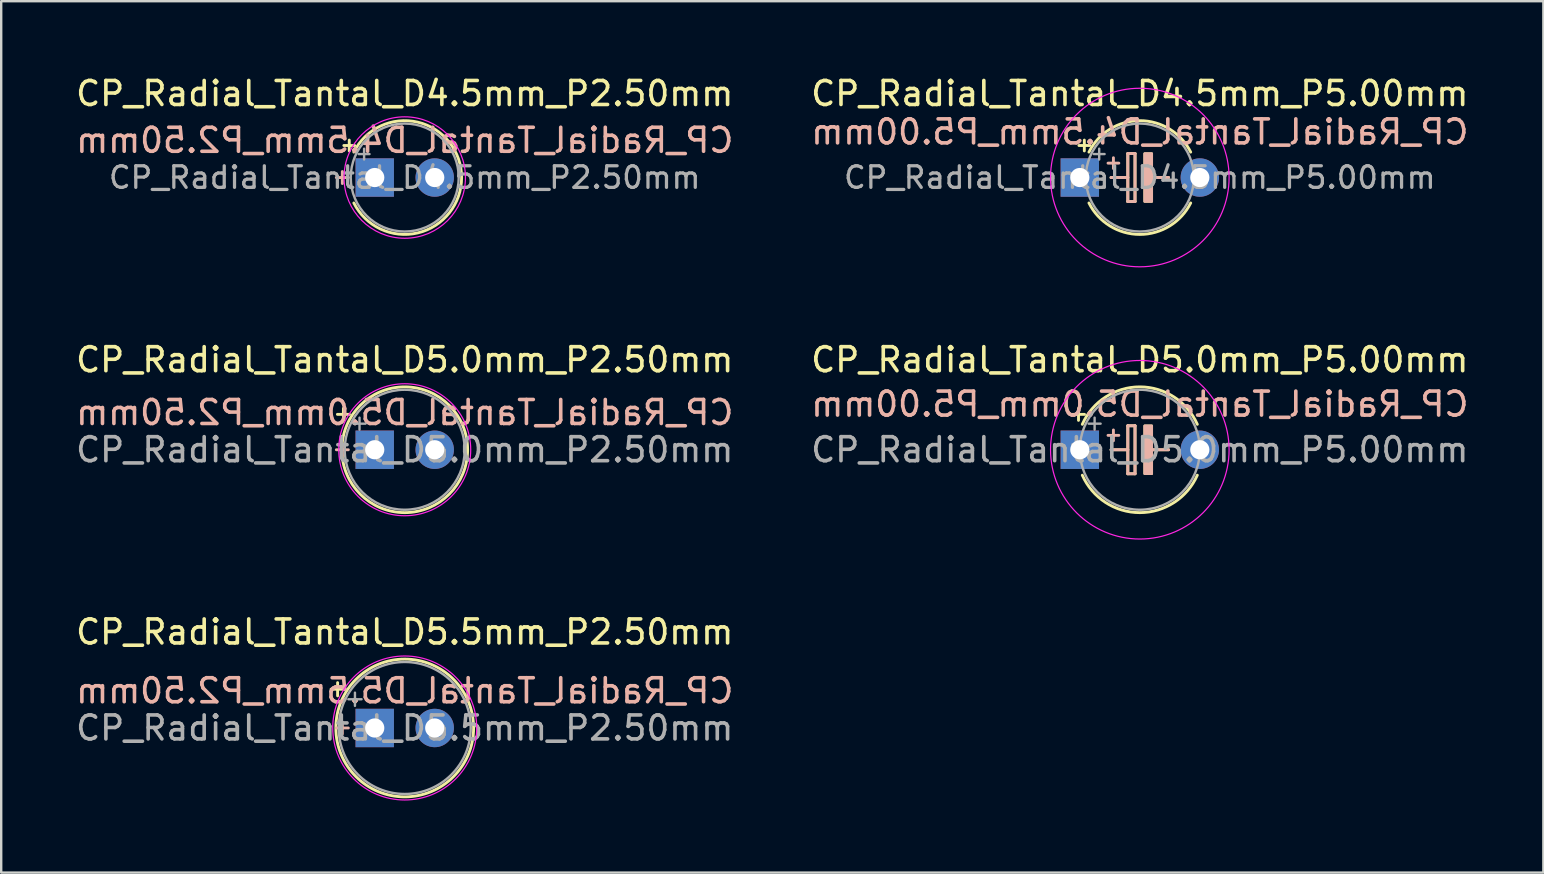
<source format=kicad_pcb>
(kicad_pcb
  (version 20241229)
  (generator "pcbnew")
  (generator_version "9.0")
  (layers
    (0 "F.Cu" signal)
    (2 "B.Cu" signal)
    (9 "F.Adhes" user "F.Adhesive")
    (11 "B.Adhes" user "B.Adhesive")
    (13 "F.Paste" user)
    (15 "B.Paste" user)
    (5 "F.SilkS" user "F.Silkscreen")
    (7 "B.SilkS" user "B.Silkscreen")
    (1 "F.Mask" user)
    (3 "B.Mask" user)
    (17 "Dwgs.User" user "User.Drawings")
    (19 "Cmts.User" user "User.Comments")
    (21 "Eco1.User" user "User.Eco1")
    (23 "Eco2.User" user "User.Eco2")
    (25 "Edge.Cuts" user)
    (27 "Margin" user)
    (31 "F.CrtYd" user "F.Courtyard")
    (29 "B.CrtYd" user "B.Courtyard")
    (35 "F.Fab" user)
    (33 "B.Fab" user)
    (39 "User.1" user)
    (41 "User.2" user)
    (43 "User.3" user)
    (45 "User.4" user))
  (footprint "CP_Radial_Tantal_D5.5mm_P2.50mm"
    (layer "F.Cu")
    (at 12.565 27.285)
    (property "Reference" "CP_Radial_Tantal_D5.5mm_P2.50mm" (at 1.25 -4 0) (layer "F.SilkS") (effects (font (size 1 1) (thickness 0.15))))
    (fp_line (start -1.822 -1.615) (end -1.272 -1.615) (stroke (width 0.12) (type solid)) (layer "F.SilkS"))
    (fp_line (start -1.547 -1.89) (end -1.547 -1.34) (stroke (width 0.12) (type solid)) (layer "F.SilkS"))
    (fp_circle (center 1.25 0) (end 4.12 0) (stroke (width 0.12) (type solid)) (fill no) (layer "F.SilkS"))
    (fp_line (start -1.35 -0.25) (end -1.35 0.25) (stroke (width 0.12) (type solid)) (layer "B.SilkS"))
    (fp_line (start -1.1 0) (end -1.6 0) (stroke (width 0.12) (type solid)) (layer "B.SilkS"))
    (fp_circle (center 1.25 0) (end 4.25 0) (stroke (width 0.05) (type solid)) (fill no) (layer "F.CrtYd"))
    (fp_line (start -1.099 -1.198) (end -0.549 -1.198) (stroke (width 0.1) (type solid)) (layer "F.Fab"))
    (fp_line (start -0.824 -1.472) (end -0.824 -0.922) (stroke (width 0.1) (type solid)) (layer "F.Fab"))
    (fp_circle (center 1.25 0) (end 4 0) (stroke (width 0.1) (type solid)) (fill no) (layer "F.Fab"))
    (fp_text user "${REFERENCE}" (at 1.25 -1.55 0) (layer "B.SilkS") (effects (font (size 1 1) (thickness 0.15)) (justify mirror)))
    (fp_text user "${REFERENCE}" (at 1.25 0 0) (layer "F.Fab") (effects (font (size 1 1) (thickness 0.15))))
    (pad "1" thru_hole rect (at 0 0) (size 1.6 1.6) (drill 0.8) (layers "*.Cu" "*.Mask"))
    (pad "2" thru_hole circle (at 2.5 0) (size 1.6 1.6) (drill 0.8) (layers "*.Cu" "*.Mask")))
  (footprint "CP_Radial_Tantal_D5.0mm_P5.00mm"
    (layer "F.Cu")
    (at 41.946 15.691)
    (property "Reference" "CP_Radial_Tantal_D5.0mm_P5.00mm" (at 2.5 -3.75 0) (layer "F.SilkS") (effects (font (size 1 1) (thickness 0.15))))
    (fp_line (start -0.305 -1.475) (end 0.195 -1.475) (stroke (width 0.12) (type solid)) (layer "F.SilkS"))
    (fp_line (start -0.055 -1.725) (end -0.055 -1.225) (stroke (width 0.12) (type solid)) (layer "F.SilkS"))
    (fp_line (start 1.3 0) (end 2 0) (stroke (width 0.12) (type solid)) (layer "F.SilkS"))
    (fp_line (start 2 -1) (end 2.3 -1) (stroke (width 0.12) (type solid)) (layer "F.SilkS"))
    (fp_line (start 2 1) (end 2 -1) (stroke (width 0.12) (type solid)) (layer "F.SilkS"))
    (fp_line (start 2.3 -1) (end 2.3 1) (stroke (width 0.12) (type solid)) (layer "F.SilkS"))
    (fp_line (start 2.3 1) (end 2 1) (stroke (width 0.12) (type solid)) (layer "F.SilkS"))
    (fp_line (start 3.7 0) (end 3 0) (stroke (width 0.12) (type solid)) (layer "F.SilkS"))
    (fp_arc (start 0.104003 -1.06) (mid 2.5 -2.62) (end 4.895997 -1.06) (stroke (width 0.12) (type solid)) (layer "F.SilkS"))
    (fp_arc (start 4.895997 1.06) (mid 2.5 2.62) (end 0.104003 1.06) (stroke (width 0.12) (type solid)) (layer "F.SilkS"))
    (fp_poly (pts (xy 3 1) (xy 2.7 1) (xy 2.7 -1) (xy 3 -1)) (stroke (width 0.1) (type solid)) (fill yes) (layer "F.SilkS"))
    (fp_line (start 1.3 0) (end 2 0) (stroke (width 0.12) (type solid)) (layer "B.SilkS"))
    (fp_line (start 1.4 -0.825) (end 1.4 -0.375) (stroke (width 0.12) (type solid)) (layer "B.SilkS"))
    (fp_line (start 1.625 -0.6) (end 1.175 -0.6) (stroke (width 0.12) (type solid)) (layer "B.SilkS"))
    (fp_line (start 2 -1) (end 2.3 -1) (stroke (width 0.12) (type solid)) (layer "B.SilkS"))
    (fp_line (start 2 1) (end 2 -1) (stroke (width 0.12) (type solid)) (layer "B.SilkS"))
    (fp_line (start 2.3 -1) (end 2.3 1) (stroke (width 0.12) (type solid)) (layer "B.SilkS"))
    (fp_line (start 2.3 1) (end 2 1) (stroke (width 0.12) (type solid)) (layer "B.SilkS"))
    (fp_line (start 3.7 0) (end 3 0) (stroke (width 0.12) (type solid)) (layer "B.SilkS"))
    (fp_poly (pts (xy 3 1) (xy 2.7 1) (xy 2.7 -1) (xy 3 -1)) (stroke (width 0.1) (type solid)) (fill yes) (layer "B.SilkS"))
    (fp_circle (center 2.5 0) (end 6.22 0) (stroke (width 0.05) (type solid)) (fill no) (layer "F.CrtYd"))
    (fp_line (start 0.366 -1.087) (end 0.866 -1.087) (stroke (width 0.1) (type solid)) (layer "F.Fab"))
    (fp_line (start 0.616 -1.337) (end 0.616 -0.838) (stroke (width 0.1) (type solid)) (layer "F.Fab"))
    (fp_circle (center 2.5 0) (end 5 0) (stroke (width 0.1) (type solid)) (fill no) (layer "F.Fab"))
    (fp_text user "${REFERENCE}" (at 2.5 -1.9 0) (layer "B.SilkS") (effects (font (size 1 1) (thickness 0.15)) (justify mirror)))
    (fp_text user "${REFERENCE}" (at 2.5 0 0) (layer "F.Fab") (effects (font (size 1 1) (thickness 0.15))))
    (pad "1" thru_hole rect (at 0 0) (size 1.6 1.6) (drill 0.8) (layers "*.Cu" "*.Mask"))
    (pad "2" thru_hole circle (at 5 0) (size 1.6 1.6) (drill 0.8) (layers "*.Cu" "*.Mask")))
  (footprint "CP_Radial_Tantal_D4.5mm_P5.00mm"
    (layer "F.Cu")
    (at 41.946 4.348)
    (property "Reference" "CP_Radial_Tantal_D4.5mm_P5.00mm" (at 2.5 -3.5 0) (layer "F.SilkS") (effects (font (size 1 1) (thickness 0.15))))
    (fp_line (start -0.037 -1.335) (end 0.413 -1.335) (stroke (width 0.12) (type solid)) (layer "F.SilkS"))
    (fp_line (start 0.188 -1.56) (end 0.188 -1.11) (stroke (width 0.12) (type solid)) (layer "F.SilkS"))
    (fp_line (start 1.3 0) (end 2 0) (stroke (width 0.12) (type solid)) (layer "F.SilkS"))
    (fp_line (start 2 -1) (end 2.3 -1) (stroke (width 0.12) (type solid)) (layer "F.SilkS"))
    (fp_line (start 2 1) (end 2 -1) (stroke (width 0.12) (type solid)) (layer "F.SilkS"))
    (fp_line (start 2.3 -1) (end 2.3 1) (stroke (width 0.12) (type solid)) (layer "F.SilkS"))
    (fp_line (start 2.3 1) (end 2 1) (stroke (width 0.12) (type solid)) (layer "F.SilkS"))
    (fp_line (start 3.7 0) (end 3 0) (stroke (width 0.12) (type solid)) (layer "F.SilkS"))
    (fp_arc (start 0.380259 -1.06) (mid 2.5 -2.37) (end 4.619741 -1.06) (stroke (width 0.12) (type solid)) (layer "F.SilkS"))
    (fp_arc (start 4.619741 1.06) (mid 2.5 2.37) (end 0.380259 1.06) (stroke (width 0.12) (type solid)) (layer "F.SilkS"))
    (fp_poly (pts (xy 3 1) (xy 2.7 1) (xy 2.7 -1) (xy 3 -1)) (stroke (width 0.1) (type solid)) (fill yes) (layer "F.SilkS"))
    (fp_line (start 1.3 0) (end 2 0) (stroke (width 0.12) (type solid)) (layer "B.SilkS"))
    (fp_line (start 1.4 -0.825) (end 1.4 -0.375) (stroke (width 0.12) (type solid)) (layer "B.SilkS"))
    (fp_line (start 1.625 -0.6) (end 1.175 -0.6) (stroke (width 0.12) (type solid)) (layer "B.SilkS"))
    (fp_line (start 2 -1) (end 2.3 -1) (stroke (width 0.12) (type solid)) (layer "B.SilkS"))
    (fp_line (start 2 1) (end 2 -1) (stroke (width 0.12) (type solid)) (layer "B.SilkS"))
    (fp_line (start 2.3 -1) (end 2.3 1) (stroke (width 0.12) (type solid)) (layer "B.SilkS"))
    (fp_line (start 2.3 1) (end 2 1) (stroke (width 0.12) (type solid)) (layer "B.SilkS"))
    (fp_line (start 3.7 0) (end 3 0) (stroke (width 0.12) (type solid)) (layer "B.SilkS"))
    (fp_poly (pts (xy 3 1) (xy 2.7 1) (xy 2.7 -1) (xy 3 -1)) (stroke (width 0.1) (type solid)) (fill yes) (layer "B.SilkS"))
    (fp_circle (center 2.5 0) (end 6.22 0) (stroke (width 0.05) (type solid)) (fill no) (layer "F.CrtYd"))
    (fp_line (start 0.582 -0.978) (end 1.032 -0.978) (stroke (width 0.1) (type solid)) (layer "F.Fab"))
    (fp_line (start 0.807 -1.202) (end 0.807 -0.752) (stroke (width 0.1) (type solid)) (layer "F.Fab"))
    (fp_circle (center 2.5 0) (end 4.75 0) (stroke (width 0.1) (type solid)) (fill no) (layer "F.Fab"))
    (fp_text user "${REFERENCE}" (at 2.5 -1.9 0) (layer "B.SilkS") (effects (font (size 1 1) (thickness 0.15)) (justify mirror)))
    (fp_text user "${REFERENCE}" (at 2.5 0 0) (layer "F.Fab") (effects (font (size 0.9 0.9) (thickness 0.135))))
    (pad "1" thru_hole rect (at 0 0) (size 1.6 1.6) (drill 0.8) (layers "*.Cu" "*.Mask"))
    (pad "2" thru_hole circle (at 5 0) (size 1.6 1.6) (drill 0.8) (layers "*.Cu" "*.Mask")))
  (footprint "CP_Radial_Tantal_D5.0mm_P2.50mm"
    (layer "F.Cu")
    (at 12.565 15.691)
    (property "Reference" "CP_Radial_Tantal_D5.0mm_P2.50mm" (at 1.25 -3.75 0) (layer "F.SilkS") (effects (font (size 1 1) (thickness 0.15))))
    (fp_line (start -1.555 -1.475) (end -1.055 -1.475) (stroke (width 0.12) (type solid)) (layer "F.SilkS"))
    (fp_line (start -1.305 -1.725) (end -1.305 -1.225) (stroke (width 0.12) (type solid)) (layer "F.SilkS"))
    (fp_circle (center 1.25 0) (end 3.87 0) (stroke (width 0.12) (type solid)) (fill no) (layer "F.SilkS"))
    (fp_line (start -1.35 -0.25) (end -1.35 0.25) (stroke (width 0.12) (type solid)) (layer "B.SilkS"))
    (fp_line (start -1.1 0) (end -1.6 0) (stroke (width 0.12) (type solid)) (layer "B.SilkS"))
    (fp_circle (center 1.25 0) (end 4 0) (stroke (width 0.05) (type solid)) (fill no) (layer "F.CrtYd"))
    (fp_line (start -0.884 -1.087) (end -0.384 -1.087) (stroke (width 0.1) (type solid)) (layer "F.Fab"))
    (fp_line (start -0.634 -1.337) (end -0.634 -0.838) (stroke (width 0.1) (type solid)) (layer "F.Fab"))
    (fp_circle (center 1.25 0) (end 3.75 0) (stroke (width 0.1) (type solid)) (fill no) (layer "F.Fab"))
    (fp_text user "${REFERENCE}" (at 1.25 -1.55 0) (layer "B.SilkS") (effects (font (size 1 1) (thickness 0.15)) (justify mirror)))
    (fp_text user "${REFERENCE}" (at 1.25 0 0) (layer "F.Fab") (effects (font (size 1 1) (thickness 0.15))))
    (pad "1" thru_hole rect (at 0 0) (size 1.6 1.6) (drill 0.8) (layers "*.Cu" "*.Mask"))
    (pad "2" thru_hole circle (at 2.5 0) (size 1.6 1.6) (drill 0.8) (layers "*.Cu" "*.Mask")))
  (footprint "CP_Radial_Tantal_D4.5mm_P2.50mm"
    (layer "F.Cu")
    (at 12.565 4.348)
    (property "Reference" "CP_Radial_Tantal_D4.5mm_P2.50mm" (at 1.25 -3.5 0) (layer "F.SilkS") (effects (font (size 1 1) (thickness 0.15))))
    (fp_line (start -1.287 -1.335) (end -0.837 -1.335) (stroke (width 0.12) (type solid)) (layer "F.SilkS"))
    (fp_line (start -1.062 -1.56) (end -1.062 -1.11) (stroke (width 0.12) (type solid)) (layer "F.SilkS"))
    (fp_arc (start -0.869741 -1.06) (mid 3.62 0) (end -0.869741 1.06) (stroke (width 0.12) (type solid)) (layer "F.SilkS"))
    (fp_line (start -1.35 -0.25) (end -1.35 0.25) (stroke (width 0.12) (type solid)) (layer "B.SilkS"))
    (fp_line (start -1.1 0) (end -1.6 0) (stroke (width 0.12) (type solid)) (layer "B.SilkS"))
    (fp_circle (center 1.25 0) (end 3.78 0) (stroke (width 0.05) (type solid)) (fill no) (layer "F.CrtYd"))
    (fp_line (start -0.668 -0.978) (end -0.218 -0.978) (stroke (width 0.1) (type solid)) (layer "F.Fab"))
    (fp_line (start -0.443 -1.202) (end -0.443 -0.752) (stroke (width 0.1) (type solid)) (layer "F.Fab"))
    (fp_circle (center 1.25 0) (end 3.5 0) (stroke (width 0.1) (type solid)) (fill no) (layer "F.Fab"))
    (fp_text user "${REFERENCE}" (at 1.25 -1.55 0) (layer "B.SilkS") (effects (font (size 1 1) (thickness 0.15)) (justify mirror)))
    (fp_text user "${REFERENCE}" (at 1.25 0 0) (layer "F.Fab") (effects (font (size 0.9 0.9) (thickness 0.135))))
    (pad "1" thru_hole rect (at 0 0) (size 1.6 1.6) (drill 0.8) (layers "*.Cu" "*.Mask"))
    (pad "2" thru_hole circle (at 2.5 0) (size 1.6 1.6) (drill 0.8) (layers "*.Cu" "*.Mask")))
  (gr_rect
    (start -3 -3)
    (end 61.262 33.31)
    (stroke (width 0.1) (type default))
    (fill no)
    (layer "Edge.Cuts")))
</source>
